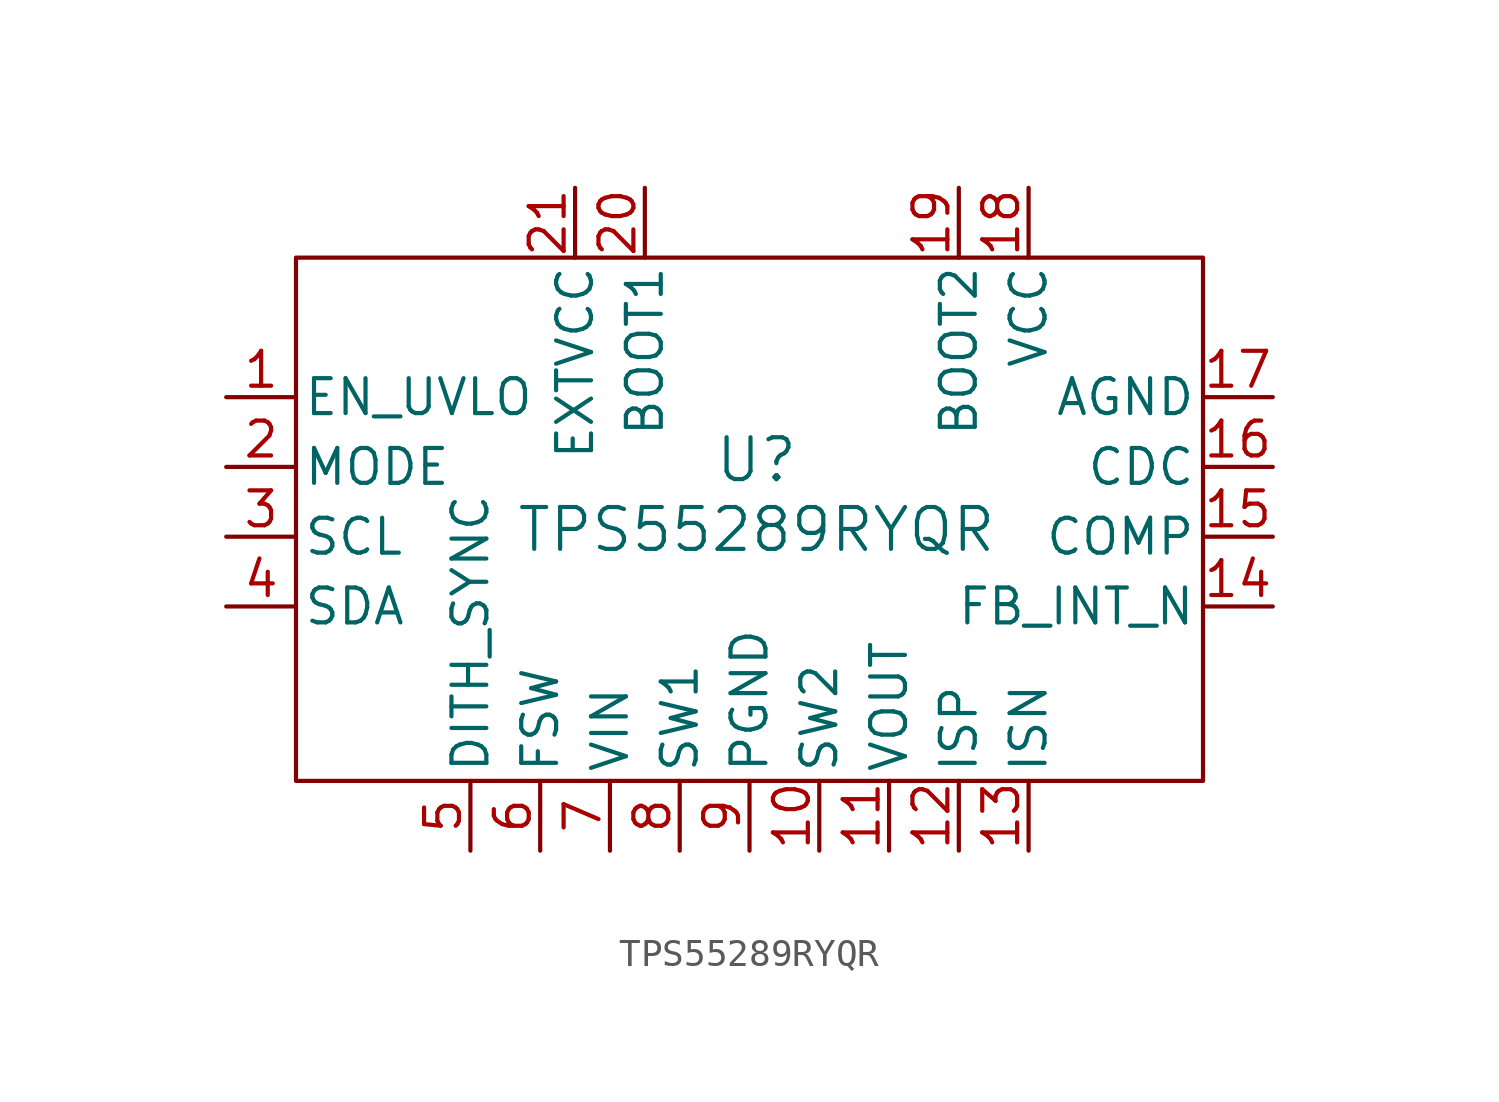
<source format=kicad_sym>
(kicad_symbol_lib
  (version 20241209)
  (generator "kicad_symbol_editor")
  (generator_version "9.0")
  (symbol "TPS55289RYQR"
    (pin_names
      (offset 0.254))
    (property "Reference" "U"
      (at 0.254 1.524 0)
      (effects (font (size 1.524 1.524))))
    (property "Value" "TPS55289RYQR"
      (at 0.254 -1.016 0)
      (effects (font (size 1.524 1.524))))
    (symbol "TPS55289RYQR_0_1"
      (pin unspecified line (at -19.05 3.81 0) (length 2.54) (name "EN_UVLO" (effects (font (size 1.27 1.27)))) (number "1" (effects (font (size 1.27 1.27)))))
      (pin unspecified line (at -19.05 1.27 0) (length 2.54) (name "MODE" (effects (font (size 1.27 1.27)))) (number "2" (effects (font (size 1.27 1.27)))))
      (pin unspecified line (at -19.05 -1.27 0) (length 2.54) (name "SCL" (effects (font (size 1.27 1.27)))) (number "3" (effects (font (size 1.27 1.27)))))
      (pin unspecified line (at -19.05 -3.81 0) (length 2.54) (name "SDA" (effects (font (size 1.27 1.27)))) (number "4" (effects (font (size 1.27 1.27)))))
      (pin unspecified line (at -10.16 -12.7 90) (length 2.54) (name "DITH_SYNC" (effects (font (size 1.27 1.27)))) (number "5" (effects (font (size 1.27 1.27)))))
      (pin unspecified line (at -7.62 -12.7 90) (length 2.54) (name "FSW" (effects (font (size 1.27 1.27)))) (number "6" (effects (font (size 1.27 1.27)))))
      (pin unspecified line (at -6.35 11.43 270) (length 2.54) (name "EXTVCC" (effects (font (size 1.27 1.27)))) (number "21" (effects (font (size 1.27 1.27)))))
      (pin unspecified line (at -5.08 -12.7 90) (length 2.54) (name "VIN" (effects (font (size 1.27 1.27)))) (number "7" (effects (font (size 1.27 1.27)))))
      (pin unspecified line (at -3.81 11.43 270) (length 2.54) (name "BOOT1" (effects (font (size 1.27 1.27)))) (number "20" (effects (font (size 1.27 1.27)))))
      (pin unspecified line (at -2.54 -12.7 90) (length 2.54) (name "SW1" (effects (font (size 1.27 1.27)))) (number "8" (effects (font (size 1.27 1.27)))))
      (pin unspecified line (at 0 -12.7 90) (length 2.54) (name "PGND" (effects (font (size 1.27 1.27)))) (number "9" (effects (font (size 1.27 1.27)))))
      (pin unspecified line (at 2.54 -12.7 90) (length 2.54) (name "SW2" (effects (font (size 1.27 1.27)))) (number "10" (effects (font (size 1.27 1.27)))))
      (pin unspecified line (at 5.08 -12.7 90) (length 2.54) (name "VOUT" (effects (font (size 1.27 1.27)))) (number "11" (effects (font (size 1.27 1.27)))))
      (pin unspecified line (at 7.62 11.43 270) (length 2.54) (name "BOOT2" (effects (font (size 1.27 1.27)))) (number "19" (effects (font (size 1.27 1.27)))))
      (pin unspecified line (at 7.62 -12.7 90) (length 2.54) (name "ISP" (effects (font (size 1.27 1.27)))) (number "12" (effects (font (size 1.27 1.27)))))
      (pin unspecified line (at 10.16 11.43 270) (length 2.54) (name "VCC" (effects (font (size 1.27 1.27)))) (number "18" (effects (font (size 1.27 1.27)))))
      (pin unspecified line (at 10.16 -12.7 90) (length 2.54) (name "ISN" (effects (font (size 1.27 1.27)))) (number "13" (effects (font (size 1.27 1.27)))))
      (pin unspecified line (at 19.05 3.81 180) (length 2.54) (name "AGND" (effects (font (size 1.27 1.27)))) (number "17" (effects (font (size 1.27 1.27)))))
      (pin unspecified line (at 19.05 1.27 180) (length 2.54) (name "CDC" (effects (font (size 1.27 1.27)))) (number "16" (effects (font (size 1.27 1.27)))))
      (pin unspecified line (at 19.05 -1.27 180) (length 2.54) (name "COMP" (effects (font (size 1.27 1.27)))) (number "15" (effects (font (size 1.27 1.27)))))
      (pin unspecified line (at 19.05 -3.81 180) (length 2.54) (name "FB_INT_N" (effects (font (size 1.27 1.27)))) (number "14" (effects (font (size 1.27 1.27))))))
    (symbol "TPS55289RYQR_1_1"
      (rectangle (start -16.51 8.89) (end 16.51 -10.16) (stroke (width 0) (type default)) (fill (type none))))))
</source>
